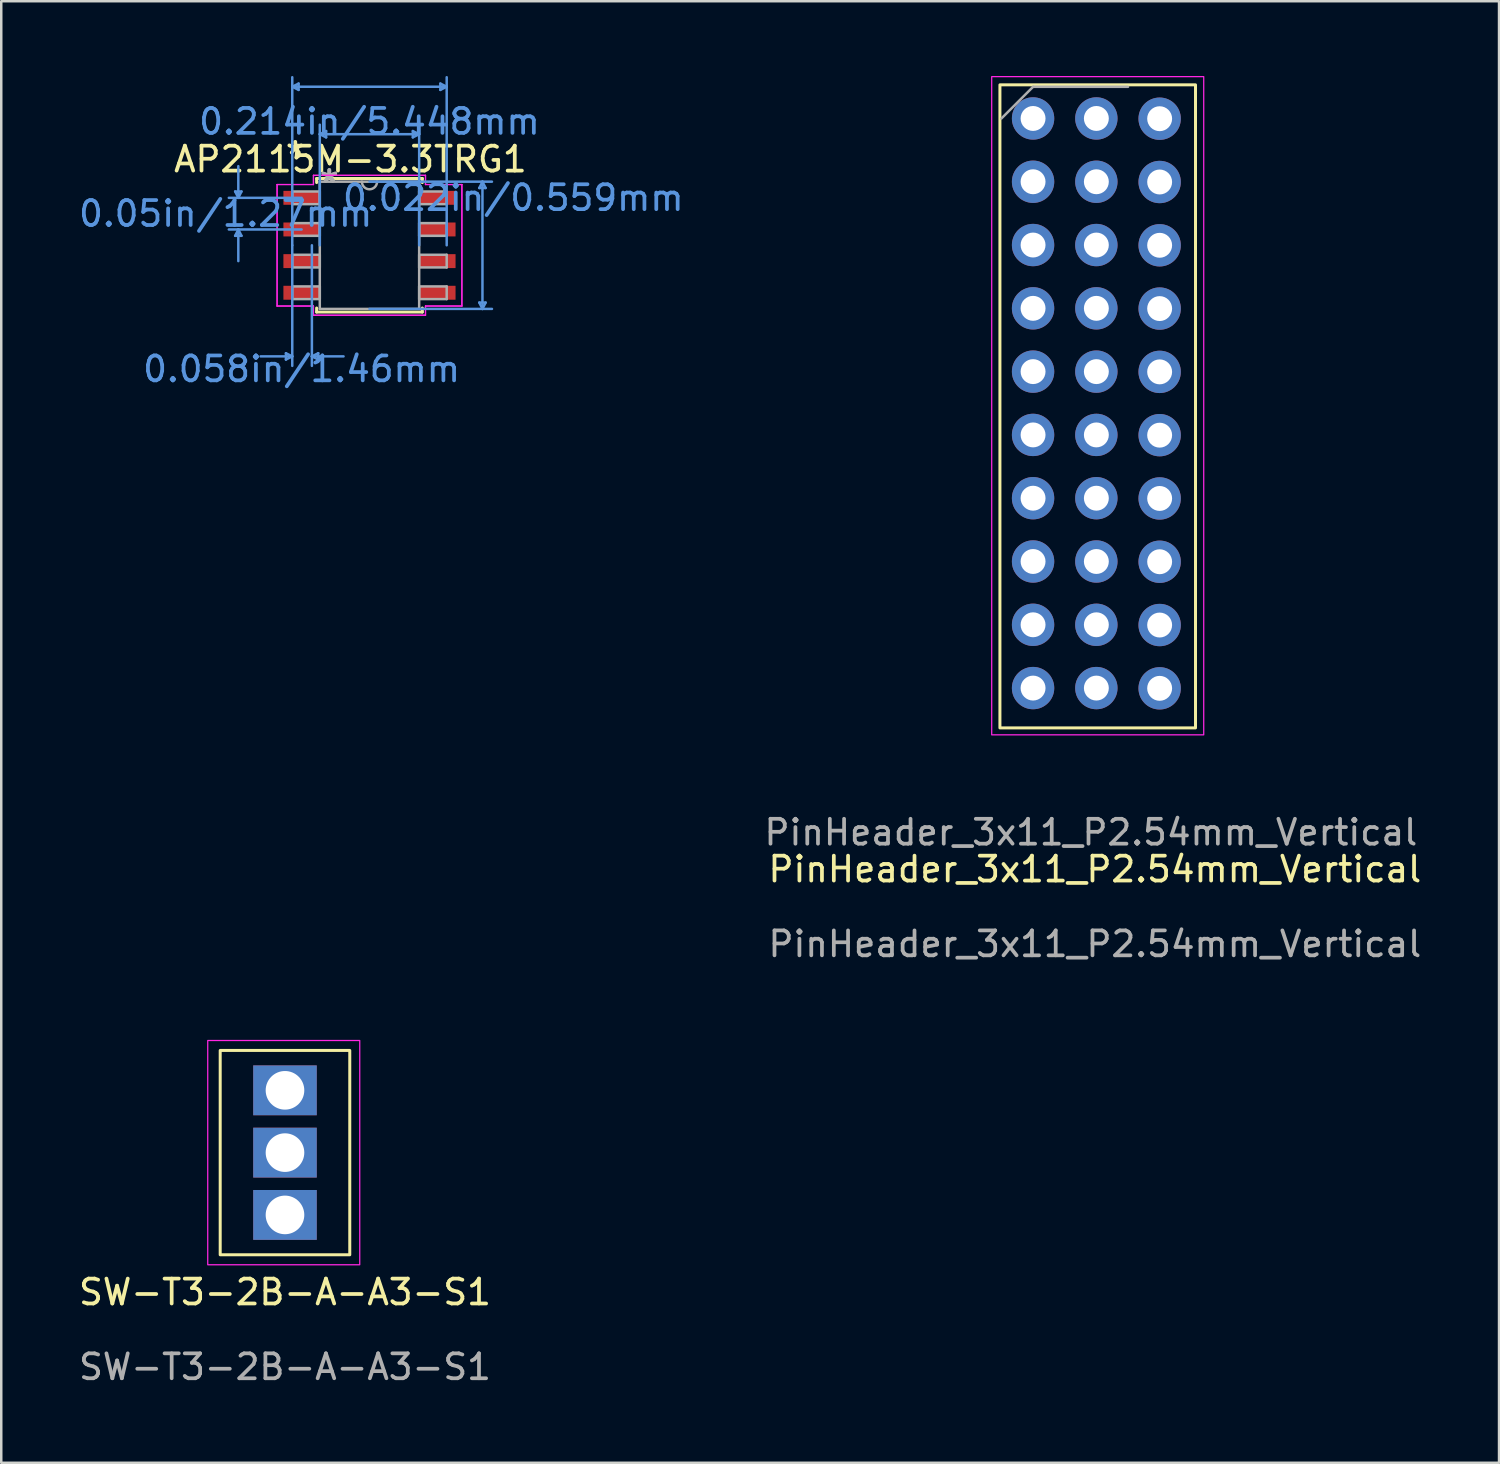
<source format=kicad_pcb>
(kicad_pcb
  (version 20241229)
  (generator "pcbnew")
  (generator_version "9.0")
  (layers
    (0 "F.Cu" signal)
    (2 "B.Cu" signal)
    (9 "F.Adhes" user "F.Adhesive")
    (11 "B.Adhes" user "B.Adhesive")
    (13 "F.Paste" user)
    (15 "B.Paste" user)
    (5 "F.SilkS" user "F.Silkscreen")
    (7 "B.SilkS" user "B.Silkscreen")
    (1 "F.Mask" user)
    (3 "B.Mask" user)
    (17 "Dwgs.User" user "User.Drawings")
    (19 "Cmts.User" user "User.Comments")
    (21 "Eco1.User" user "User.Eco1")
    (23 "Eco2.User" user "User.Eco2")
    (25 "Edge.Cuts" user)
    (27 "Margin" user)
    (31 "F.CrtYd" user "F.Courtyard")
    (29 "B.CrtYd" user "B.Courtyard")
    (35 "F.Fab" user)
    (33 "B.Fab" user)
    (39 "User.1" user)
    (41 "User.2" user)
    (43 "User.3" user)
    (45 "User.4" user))
  (footprint "PinHeader_3x11_P2.54mm_Vertical"
    (layer "F.Cu")
    (at 40.889 32.334)
    (property "Reference" "PinHeader_3x11_P2.54mm_Vertical" (at 0 -0.5 0) (unlocked yes) (layer "F.SilkS") (effects (font (size 1 1) (thickness 0.15))))
    (attr through_hole)
    (fp_rect (start 4.039 -6.172) (end -3.81 -31.979) (stroke (width 0.12) (type solid)) (fill no) (layer "F.SilkS"))
    (fp_rect (start -4.14 -32.309) (end 4.369 -5.893) (stroke (width 0.05) (type solid)) (fill no) (layer "F.CrtYd"))
    (fp_line (start -3.75 -30.63) (end -2.48 -31.9) (stroke (width 0.1) (type solid)) (layer "F.Fab"))
    (fp_line (start -2.48 -31.9) (end 1.33 -31.9) (stroke (width 0.1) (type solid)) (layer "F.Fab"))
    (fp_text user "${REFERENCE}" (at 0 2.5 0) (unlocked yes) (layer "F.Fab") (effects (font (size 1 1) (thickness 0.15))))
    (fp_text user "${REFERENCE}" (at -0.16 -1.98 0) (unlocked yes) (layer "F.Fab") (effects (font (size 1 1) (thickness 0.15))))
    (pad "1" thru_hole circle (at -2.48 -30.63) (size 1.7 1.7) (drill 1) (layers "*.Cu" "*.Mask"))
    (pad "2" thru_hole oval (at -2.48 -28.09) (size 1.7 1.7) (drill 1) (layers "*.Cu" "*.Mask"))
    (pad "3" thru_hole oval (at -2.48 -25.55) (size 1.7 1.7) (drill 1) (layers "*.Cu" "*.Mask"))
    (pad "4" thru_hole oval (at -2.48 -23.01) (size 1.7 1.7) (drill 1) (layers "*.Cu" "*.Mask"))
    (pad "5" thru_hole oval (at -2.48 -20.47) (size 1.7 1.7) (drill 1) (layers "*.Cu" "*.Mask"))
    (pad "6" thru_hole oval (at -2.48 -17.93) (size 1.7 1.7) (drill 1) (layers "*.Cu" "*.Mask"))
    (pad "7" thru_hole oval (at -2.48 -15.39) (size 1.7 1.7) (drill 1) (layers "*.Cu" "*.Mask"))
    (pad "8" thru_hole oval (at -2.48 -12.85) (size 1.7 1.7) (drill 1) (layers "*.Cu" "*.Mask"))
    (pad "9" thru_hole oval (at -2.48 -10.31) (size 1.7 1.7) (drill 1) (layers "*.Cu" "*.Mask"))
    (pad "10" thru_hole oval (at -2.48 -7.77) (size 1.7 1.7) (drill 1) (layers "*.Cu" "*.Mask"))
    (pad "11" thru_hole oval (at 0.06 -30.63) (size 1.7 1.7) (drill 1) (layers "*.Cu" "*.Mask"))
    (pad "12" thru_hole oval (at 0.06 -28.09) (size 1.7 1.7) (drill 1) (layers "*.Cu" "*.Mask"))
    (pad "13" thru_hole oval (at 0.06 -25.55) (size 1.7 1.7) (drill 1) (layers "*.Cu" "*.Mask"))
    (pad "14" thru_hole oval (at 0.06 -23.01) (size 1.7 1.7) (drill 1) (layers "*.Cu" "*.Mask"))
    (pad "15" thru_hole oval (at 0.06 -20.47) (size 1.7 1.7) (drill 1) (layers "*.Cu" "*.Mask"))
    (pad "16" thru_hole oval (at 0.06 -17.93) (size 1.7 1.7) (drill 1) (layers "*.Cu" "*.Mask"))
    (pad "17" thru_hole oval (at 0.06 -15.39) (size 1.7 1.7) (drill 1) (layers "*.Cu" "*.Mask"))
    (pad "18" thru_hole oval (at 0.06 -12.85) (size 1.7 1.7) (drill 1) (layers "*.Cu" "*.Mask"))
    (pad "19" thru_hole oval (at 0.06 -10.31) (size 1.7 1.7) (drill 1) (layers "*.Cu" "*.Mask"))
    (pad "20" thru_hole oval (at 0.06 -7.77) (size 1.7 1.7) (drill 1) (layers "*.Cu" "*.Mask"))
    (pad "21" thru_hole oval (at 2.6 -30.62) (size 1.7 1.7) (drill 1) (layers "*.Cu" "*.Mask"))
    (pad "22" thru_hole oval (at 2.6 -28.08) (size 1.7 1.7) (drill 1) (layers "*.Cu" "*.Mask"))
    (pad "23" thru_hole oval (at 2.6 -25.54) (size 1.7 1.7) (drill 1) (layers "*.Cu" "*.Mask"))
    (pad "24" thru_hole oval (at 2.6 -23) (size 1.7 1.7) (drill 1) (layers "*.Cu" "*.Mask"))
    (pad "25" thru_hole oval (at 2.6 -20.46) (size 1.7 1.7) (drill 1) (layers "*.Cu" "*.Mask"))
    (pad "26" thru_hole oval (at 2.6 -17.92) (size 1.7 1.7) (drill 1) (layers "*.Cu" "*.Mask"))
    (pad "27" thru_hole oval (at 2.6 -15.38) (size 1.7 1.7) (drill 1) (layers "*.Cu" "*.Mask"))
    (pad "28" thru_hole oval (at 2.6 -12.84) (size 1.7 1.7) (drill 1) (layers "*.Cu" "*.Mask"))
    (pad "29" thru_hole oval (at 2.6 -10.3) (size 1.7 1.7) (drill 1) (layers "*.Cu" "*.Mask"))
    (pad "30" thru_hole oval (at 2.6 -7.76) (size 1.7 1.7) (drill 1) (layers "*.Cu" "*.Mask")))
  (footprint "SW-T3-2B-A-A3-S1"
    (layer "F.Cu")
    (at 8.387 49.307)
    (property "Reference" "SW-T3-2B-A-A3-S1" (at 0 -0.5 0) (unlocked yes) (layer "F.SilkS") (effects (font (size 1 1) (thickness 0.15))))
    (attr through_hole)
    (fp_rect (start -2.6 -10.2) (end 2.6 -2) (stroke (width 0.12) (type solid)) (fill no) (layer "F.SilkS"))
    (fp_rect (start -3.1 -10.6) (end 3 -1.6) (stroke (width 0.05) (type solid)) (fill no) (layer "F.CrtYd"))
    (fp_text user "${REFERENCE}" (at 0 2.5 0) (unlocked yes) (layer "F.Fab") (effects (font (size 1 1) (thickness 0.15))))
    (pad "1" thru_hole rect (at 0 -8.6) (size 2.55 2) (drill 1.55) (layers "*.Cu" "*.Mask"))
    (pad "2" thru_hole rect (at 0 -6.1) (size 2.55 2) (drill 1.55) (layers "*.Cu" "*.Mask"))
    (pad "3" thru_hole rect (at 0 -3.6) (size 2.55 2) (drill 1.55) (layers "*.Cu" "*.Mask")))
  (footprint "AP2115M-3.3TRG1"
    (layer "F.Cu")
    (at 11.778 6.794)
    (property "Reference" "AP2115M-3.3TRG1" (at -0.765 -3.453 0) (unlocked yes) (layer "F.SilkS") (effects (font (size 1 1) (thickness 0.15))))
    (attr through_hole)
    (fp_line (start -2.121 -2.68) (end -2.121 -2.517) (stroke (width 0.12) (type solid)) (layer "F.SilkS"))
    (fp_line (start -2.121 2.517) (end -2.121 2.68) (stroke (width 0.12) (type solid)) (layer "F.SilkS"))
    (fp_line (start -2.121 2.68) (end 2.121 2.68) (stroke (width 0.12) (type solid)) (layer "F.SilkS"))
    (fp_line (start 2.121 -2.68) (end -2.121 -2.68) (stroke (width 0.12) (type solid)) (layer "F.SilkS"))
    (fp_line (start 2.121 -2.517) (end 2.121 -2.68) (stroke (width 0.12) (type solid)) (layer "F.SilkS"))
    (fp_line (start 2.121 2.68) (end 2.121 2.517) (stroke (width 0.12) (type solid)) (layer "F.SilkS"))
    (fp_line (start -5.391 -2.159) (end -5.137 -2.159) (stroke (width 0.1) (type solid)) (layer "Cmts.User"))
    (fp_line (start -5.391 -0.381) (end -5.137 -0.381) (stroke (width 0.1) (type solid)) (layer "Cmts.User"))
    (fp_line (start -5.264 -1.905) (end -5.391 -2.159) (stroke (width 0.1) (type solid)) (layer "Cmts.User"))
    (fp_line (start -5.264 -1.905) (end -5.264 -3.175) (stroke (width 0.1) (type solid)) (layer "Cmts.User"))
    (fp_line (start -5.264 -1.905) (end -5.137 -2.159) (stroke (width 0.1) (type solid)) (layer "Cmts.User"))
    (fp_line (start -5.264 -0.635) (end -5.391 -0.381) (stroke (width 0.1) (type solid)) (layer "Cmts.User"))
    (fp_line (start -5.264 -0.635) (end -5.264 0.635) (stroke (width 0.1) (type solid)) (layer "Cmts.User"))
    (fp_line (start -5.264 -0.635) (end -5.137 -0.381) (stroke (width 0.1) (type solid)) (layer "Cmts.User"))
    (fp_line (start -3.353 4.331) (end -3.353 4.585) (stroke (width 0.1) (type solid)) (layer "Cmts.User"))
    (fp_line (start -3.099 -6.363) (end -2.845 -6.49) (stroke (width 0.1) (type solid)) (layer "Cmts.User"))
    (fp_line (start -3.099 -6.363) (end -2.845 -6.236) (stroke (width 0.1) (type solid)) (layer "Cmts.User"))
    (fp_line (start -3.099 -6.363) (end 3.099 -6.363) (stroke (width 0.1) (type solid)) (layer "Cmts.User"))
    (fp_line (start -3.099 0) (end -3.099 -6.744) (stroke (width 0.1) (type solid)) (layer "Cmts.User"))
    (fp_line (start -3.099 0) (end -3.099 4.839) (stroke (width 0.1) (type solid)) (layer "Cmts.User"))
    (fp_line (start -3.099 4.458) (end -4.369 4.458) (stroke (width 0.1) (type solid)) (layer "Cmts.User"))
    (fp_line (start -3.099 4.458) (end -3.353 4.331) (stroke (width 0.1) (type solid)) (layer "Cmts.User"))
    (fp_line (start -3.099 4.458) (end -3.353 4.585) (stroke (width 0.1) (type solid)) (layer "Cmts.User"))
    (fp_line (start -2.845 -6.49) (end -2.845 -6.236) (stroke (width 0.1) (type solid)) (layer "Cmts.User"))
    (fp_line (start -2.724 -1.905) (end -5.645 -1.905) (stroke (width 0.1) (type solid)) (layer "Cmts.User"))
    (fp_line (start -2.724 -0.635) (end -5.645 -0.635) (stroke (width 0.1) (type solid)) (layer "Cmts.User"))
    (fp_line (start -2.311 0) (end -2.311 4.839) (stroke (width 0.1) (type solid)) (layer "Cmts.User"))
    (fp_line (start -2.311 4.458) (end -2.057 4.331) (stroke (width 0.1) (type solid)) (layer "Cmts.User"))
    (fp_line (start -2.311 4.458) (end -2.057 4.585) (stroke (width 0.1) (type solid)) (layer "Cmts.User"))
    (fp_line (start -2.311 4.458) (end -1.041 4.458) (stroke (width 0.1) (type solid)) (layer "Cmts.User"))
    (fp_line (start -2.057 4.331) (end -2.057 4.585) (stroke (width 0.1) (type solid)) (layer "Cmts.User"))
    (fp_line (start -1.994 -4.458) (end -1.74 -4.585) (stroke (width 0.1) (type solid)) (layer "Cmts.User"))
    (fp_line (start -1.994 -4.458) (end -1.74 -4.331) (stroke (width 0.1) (type solid)) (layer "Cmts.User"))
    (fp_line (start -1.994 -4.458) (end 1.994 -4.458) (stroke (width 0.1) (type solid)) (layer "Cmts.User"))
    (fp_line (start -1.994 0) (end -1.994 -4.839) (stroke (width 0.1) (type solid)) (layer "Cmts.User"))
    (fp_line (start -1.74 -4.585) (end -1.74 -4.331) (stroke (width 0.1) (type solid)) (layer "Cmts.User"))
    (fp_line (start 0 -2.553) (end 4.915 -2.553) (stroke (width 0.1) (type solid)) (layer "Cmts.User"))
    (fp_line (start 0 2.553) (end 4.915 2.553) (stroke (width 0.1) (type solid)) (layer "Cmts.User"))
    (fp_line (start 1.74 -4.585) (end 1.74 -4.331) (stroke (width 0.1) (type solid)) (layer "Cmts.User"))
    (fp_line (start 1.994 -4.458) (end 1.74 -4.585) (stroke (width 0.1) (type solid)) (layer "Cmts.User"))
    (fp_line (start 1.994 -4.458) (end 1.74 -4.331) (stroke (width 0.1) (type solid)) (layer "Cmts.User"))
    (fp_line (start 1.994 0) (end 1.994 -4.839) (stroke (width 0.1) (type solid)) (layer "Cmts.User"))
    (fp_line (start 2.845 -6.49) (end 2.845 -6.236) (stroke (width 0.1) (type solid)) (layer "Cmts.User"))
    (fp_line (start 3.099 -6.363) (end 2.845 -6.49) (stroke (width 0.1) (type solid)) (layer "Cmts.User"))
    (fp_line (start 3.099 -6.363) (end 2.845 -6.236) (stroke (width 0.1) (type solid)) (layer "Cmts.User"))
    (fp_line (start 3.099 0) (end 3.099 -6.744) (stroke (width 0.1) (type solid)) (layer "Cmts.User"))
    (fp_line (start 4.407 -2.299) (end 4.661 -2.299) (stroke (width 0.1) (type solid)) (layer "Cmts.User"))
    (fp_line (start 4.407 2.299) (end 4.661 2.299) (stroke (width 0.1) (type solid)) (layer "Cmts.User"))
    (fp_line (start 4.534 -2.553) (end 4.407 -2.299) (stroke (width 0.1) (type solid)) (layer "Cmts.User"))
    (fp_line (start 4.534 -2.553) (end 4.534 2.553) (stroke (width 0.1) (type solid)) (layer "Cmts.User"))
    (fp_line (start 4.534 -2.553) (end 4.661 -2.299) (stroke (width 0.1) (type solid)) (layer "Cmts.User"))
    (fp_line (start 4.534 2.553) (end 4.407 2.299) (stroke (width 0.1) (type solid)) (layer "Cmts.User"))
    (fp_line (start 4.534 2.553) (end 4.661 2.299) (stroke (width 0.1) (type solid)) (layer "Cmts.User"))
    (fp_line (start -3.708 -2.438) (end -2.248 -2.438) (stroke (width 0.05) (type solid)) (layer "F.CrtYd"))
    (fp_line (start -3.708 -2.438) (end -2.248 -2.438) (stroke (width 0.05) (type solid)) (layer "F.CrtYd"))
    (fp_line (start -3.708 2.438) (end -3.708 -2.438) (stroke (width 0.05) (type solid)) (layer "F.CrtYd"))
    (fp_line (start -3.708 2.438) (end -3.708 -2.438) (stroke (width 0.05) (type solid)) (layer "F.CrtYd"))
    (fp_line (start -3.708 2.438) (end -2.248 2.438) (stroke (width 0.05) (type solid)) (layer "F.CrtYd"))
    (fp_line (start -2.248 -2.807) (end 2.248 -2.807) (stroke (width 0.05) (type solid)) (layer "F.CrtYd"))
    (fp_line (start -2.248 -2.807) (end 2.248 -2.807) (stroke (width 0.05) (type solid)) (layer "F.CrtYd"))
    (fp_line (start -2.248 -2.438) (end -2.248 -2.807) (stroke (width 0.05) (type solid)) (layer "F.CrtYd"))
    (fp_line (start -2.248 -2.438) (end -2.248 -2.807) (stroke (width 0.05) (type solid)) (layer "F.CrtYd"))
    (fp_line (start -2.248 2.438) (end -3.708 2.438) (stroke (width 0.05) (type solid)) (layer "F.CrtYd"))
    (fp_line (start -2.248 2.807) (end -2.248 2.438) (stroke (width 0.05) (type solid)) (layer "F.CrtYd"))
    (fp_line (start -2.248 2.807) (end -2.248 2.438) (stroke (width 0.05) (type solid)) (layer "F.CrtYd"))
    (fp_line (start 2.248 -2.807) (end 2.248 -2.438) (stroke (width 0.05) (type solid)) (layer "F.CrtYd"))
    (fp_line (start 2.248 -2.807) (end 2.248 -2.438) (stroke (width 0.05) (type solid)) (layer "F.CrtYd"))
    (fp_line (start 2.248 -2.438) (end 3.708 -2.438) (stroke (width 0.05) (type solid)) (layer "F.CrtYd"))
    (fp_line (start 2.248 2.438) (end 2.248 2.807) (stroke (width 0.05) (type solid)) (layer "F.CrtYd"))
    (fp_line (start 2.248 2.438) (end 2.248 2.807) (stroke (width 0.05) (type solid)) (layer "F.CrtYd"))
    (fp_line (start 2.248 2.807) (end -2.248 2.807) (stroke (width 0.05) (type solid)) (layer "F.CrtYd"))
    (fp_line (start 2.248 2.807) (end -2.248 2.807) (stroke (width 0.05) (type solid)) (layer "F.CrtYd"))
    (fp_line (start 3.708 -2.438) (end 2.248 -2.438) (stroke (width 0.05) (type solid)) (layer "F.CrtYd"))
    (fp_line (start 3.708 -2.438) (end 3.708 2.438) (stroke (width 0.05) (type solid)) (layer "F.CrtYd"))
    (fp_line (start 3.708 -2.438) (end 3.708 2.438) (stroke (width 0.05) (type solid)) (layer "F.CrtYd"))
    (fp_line (start 3.708 2.438) (end 2.248 2.438) (stroke (width 0.05) (type solid)) (layer "F.CrtYd"))
    (fp_line (start 3.708 2.438) (end 2.248 2.438) (stroke (width 0.05) (type solid)) (layer "F.CrtYd"))
    (fp_line (start -3.099 -2.159) (end -3.099 -1.651) (stroke (width 0.1) (type solid)) (layer "F.Fab"))
    (fp_line (start -3.099 -1.651) (end -1.994 -1.651) (stroke (width 0.1) (type solid)) (layer "F.Fab"))
    (fp_line (start -3.099 -0.889) (end -3.099 -0.381) (stroke (width 0.1) (type solid)) (layer "F.Fab"))
    (fp_line (start -3.099 -0.381) (end -1.994 -0.381) (stroke (width 0.1) (type solid)) (layer "F.Fab"))
    (fp_line (start -3.099 0.381) (end -3.099 0.889) (stroke (width 0.1) (type solid)) (layer "F.Fab"))
    (fp_line (start -3.099 0.889) (end -1.994 0.889) (stroke (width 0.1) (type solid)) (layer "F.Fab"))
    (fp_line (start -3.099 1.651) (end -3.099 2.159) (stroke (width 0.1) (type solid)) (layer "F.Fab"))
    (fp_line (start -3.099 2.159) (end -1.994 2.159) (stroke (width 0.1) (type solid)) (layer "F.Fab"))
    (fp_line (start -1.994 -2.553) (end -1.994 2.553) (stroke (width 0.1) (type solid)) (layer "F.Fab"))
    (fp_line (start -1.994 -2.159) (end -3.099 -2.159) (stroke (width 0.1) (type solid)) (layer "F.Fab"))
    (fp_line (start -1.994 -1.651) (end -1.994 -2.159) (stroke (width 0.1) (type solid)) (layer "F.Fab"))
    (fp_line (start -1.994 -0.889) (end -3.099 -0.889) (stroke (width 0.1) (type solid)) (layer "F.Fab"))
    (fp_line (start -1.994 -0.381) (end -1.994 -0.889) (stroke (width 0.1) (type solid)) (layer "F.Fab"))
    (fp_line (start -1.994 0.381) (end -3.099 0.381) (stroke (width 0.1) (type solid)) (layer "F.Fab"))
    (fp_line (start -1.994 0.889) (end -1.994 0.381) (stroke (width 0.1) (type solid)) (layer "F.Fab"))
    (fp_line (start -1.994 1.651) (end -3.099 1.651) (stroke (width 0.1) (type solid)) (layer "F.Fab"))
    (fp_line (start -1.994 2.159) (end -1.994 1.651) (stroke (width 0.1) (type solid)) (layer "F.Fab"))
    (fp_line (start -1.994 2.553) (end 1.994 2.553) (stroke (width 0.1) (type solid)) (layer "F.Fab"))
    (fp_line (start 1.994 -2.553) (end -1.994 -2.553) (stroke (width 0.1) (type solid)) (layer "F.Fab"))
    (fp_line (start 1.994 -2.159) (end 1.994 -1.651) (stroke (width 0.1) (type solid)) (layer "F.Fab"))
    (fp_line (start 1.994 -1.651) (end 3.099 -1.651) (stroke (width 0.1) (type solid)) (layer "F.Fab"))
    (fp_line (start 1.994 -0.889) (end 1.994 -0.381) (stroke (width 0.1) (type solid)) (layer "F.Fab"))
    (fp_line (start 1.994 -0.381) (end 3.099 -0.381) (stroke (width 0.1) (type solid)) (layer "F.Fab"))
    (fp_line (start 1.994 0.381) (end 1.994 0.889) (stroke (width 0.1) (type solid)) (layer "F.Fab"))
    (fp_line (start 1.994 0.889) (end 3.099 0.889) (stroke (width 0.1) (type solid)) (layer "F.Fab"))
    (fp_line (start 1.994 1.651) (end 1.994 2.159) (stroke (width 0.1) (type solid)) (layer "F.Fab"))
    (fp_line (start 1.994 2.159) (end 3.099 2.159) (stroke (width 0.1) (type solid)) (layer "F.Fab"))
    (fp_line (start 1.994 2.553) (end 1.994 -2.553) (stroke (width 0.1) (type solid)) (layer "F.Fab"))
    (fp_line (start 3.099 -2.159) (end 1.994 -2.159) (stroke (width 0.1) (type solid)) (layer "F.Fab"))
    (fp_line (start 3.099 -1.651) (end 3.099 -2.159) (stroke (width 0.1) (type solid)) (layer "F.Fab"))
    (fp_line (start 3.099 -0.889) (end 1.994 -0.889) (stroke (width 0.1) (type solid)) (layer "F.Fab"))
    (fp_line (start 3.099 -0.381) (end 3.099 -0.889) (stroke (width 0.1) (type solid)) (layer "F.Fab"))
    (fp_line (start 3.099 0.381) (end 1.994 0.381) (stroke (width 0.1) (type solid)) (layer "F.Fab"))
    (fp_line (start 3.099 0.889) (end 3.099 0.381) (stroke (width 0.1) (type solid)) (layer "F.Fab"))
    (fp_line (start 3.099 1.651) (end 1.994 1.651) (stroke (width 0.1) (type solid)) (layer "F.Fab"))
    (fp_line (start 3.099 2.159) (end 3.099 1.651) (stroke (width 0.1) (type solid)) (layer "F.Fab"))
    (fp_arc (start 0.3048 -2.5527) (mid 0 -2.2479) (end -0.3048 -2.5527) (stroke (width 0.1) (type solid)) (layer "F.Fab"))
    (fp_text user "*" (at -2.978 -3.607 180) (layer "F.SilkS") (effects (font (size 1 1) (thickness 0.15))))
    (fp_text user "0.05in/1.27mm" (at -5.772 -1.27 180) (layer "Cmts.User") (effects (font (size 1 1) (thickness 0.15))))
    (fp_text user "0.214in/5.448mm" (at 0 -4.966 180) (layer "Cmts.User") (effects (font (size 1 1) (thickness 0.15))))
    (fp_text user "Copyright 2021 Accelerated Designs. All rights reserved." (at 0 0 180) (layer "Cmts.User") (effects (font (size 0.127 0.127) (thickness 0.002))))
    (fp_text user "0.058in/1.46mm" (at -2.724 4.966 180) (layer "Cmts.User") (effects (font (size 1 1) (thickness 0.15))))
    (fp_text user "0.022in/0.559mm" (at 5.772 -1.905 180) (layer "Cmts.User") (effects (font (size 1 1) (thickness 0.15))))
    (fp_text user "*" (at -1.613 -2.477 180) (layer "F.Fab") (effects (font (size 1 1) (thickness 0.15))))
    (fp_text user "*" (at -1.613 -2.477 180) (layer "F.Fab") (effects (font (size 1 1) (thickness 0.15))))
    (pad "1" smd rect (at -2.724 -1.905) (size 1.46 0.559) (layers "F.Cu" "F.Mask" "F.Paste"))
    (pad "2" smd rect (at -2.724 -0.635) (size 1.46 0.559) (layers "F.Cu" "F.Mask" "F.Paste"))
    (pad "3" smd rect (at -2.724 0.635) (size 1.46 0.559) (layers "F.Cu" "F.Mask" "F.Paste"))
    (pad "4" smd rect (at -2.724 1.905) (size 1.46 0.559) (layers "F.Cu" "F.Mask" "F.Paste"))
    (pad "5" smd rect (at 2.724 1.905) (size 1.46 0.559) (layers "F.Cu" "F.Mask" "F.Paste"))
    (pad "6" smd rect (at 2.724 0.635) (size 1.46 0.559) (layers "F.Cu" "F.Mask" "F.Paste"))
    (pad "7" smd rect (at 2.724 -0.635) (size 1.46 0.559) (layers "F.Cu" "F.Mask" "F.Paste"))
    (pad "8" smd rect (at 2.724 -1.905) (size 1.46 0.559) (layers "F.Cu" "F.Mask" "F.Paste")))
  (gr_rect
    (start -3 -3)
    (end 57.109 55.655)
    (stroke (width 0.1) (type default))
    (fill no)
    (layer "Edge.Cuts")))
</source>
